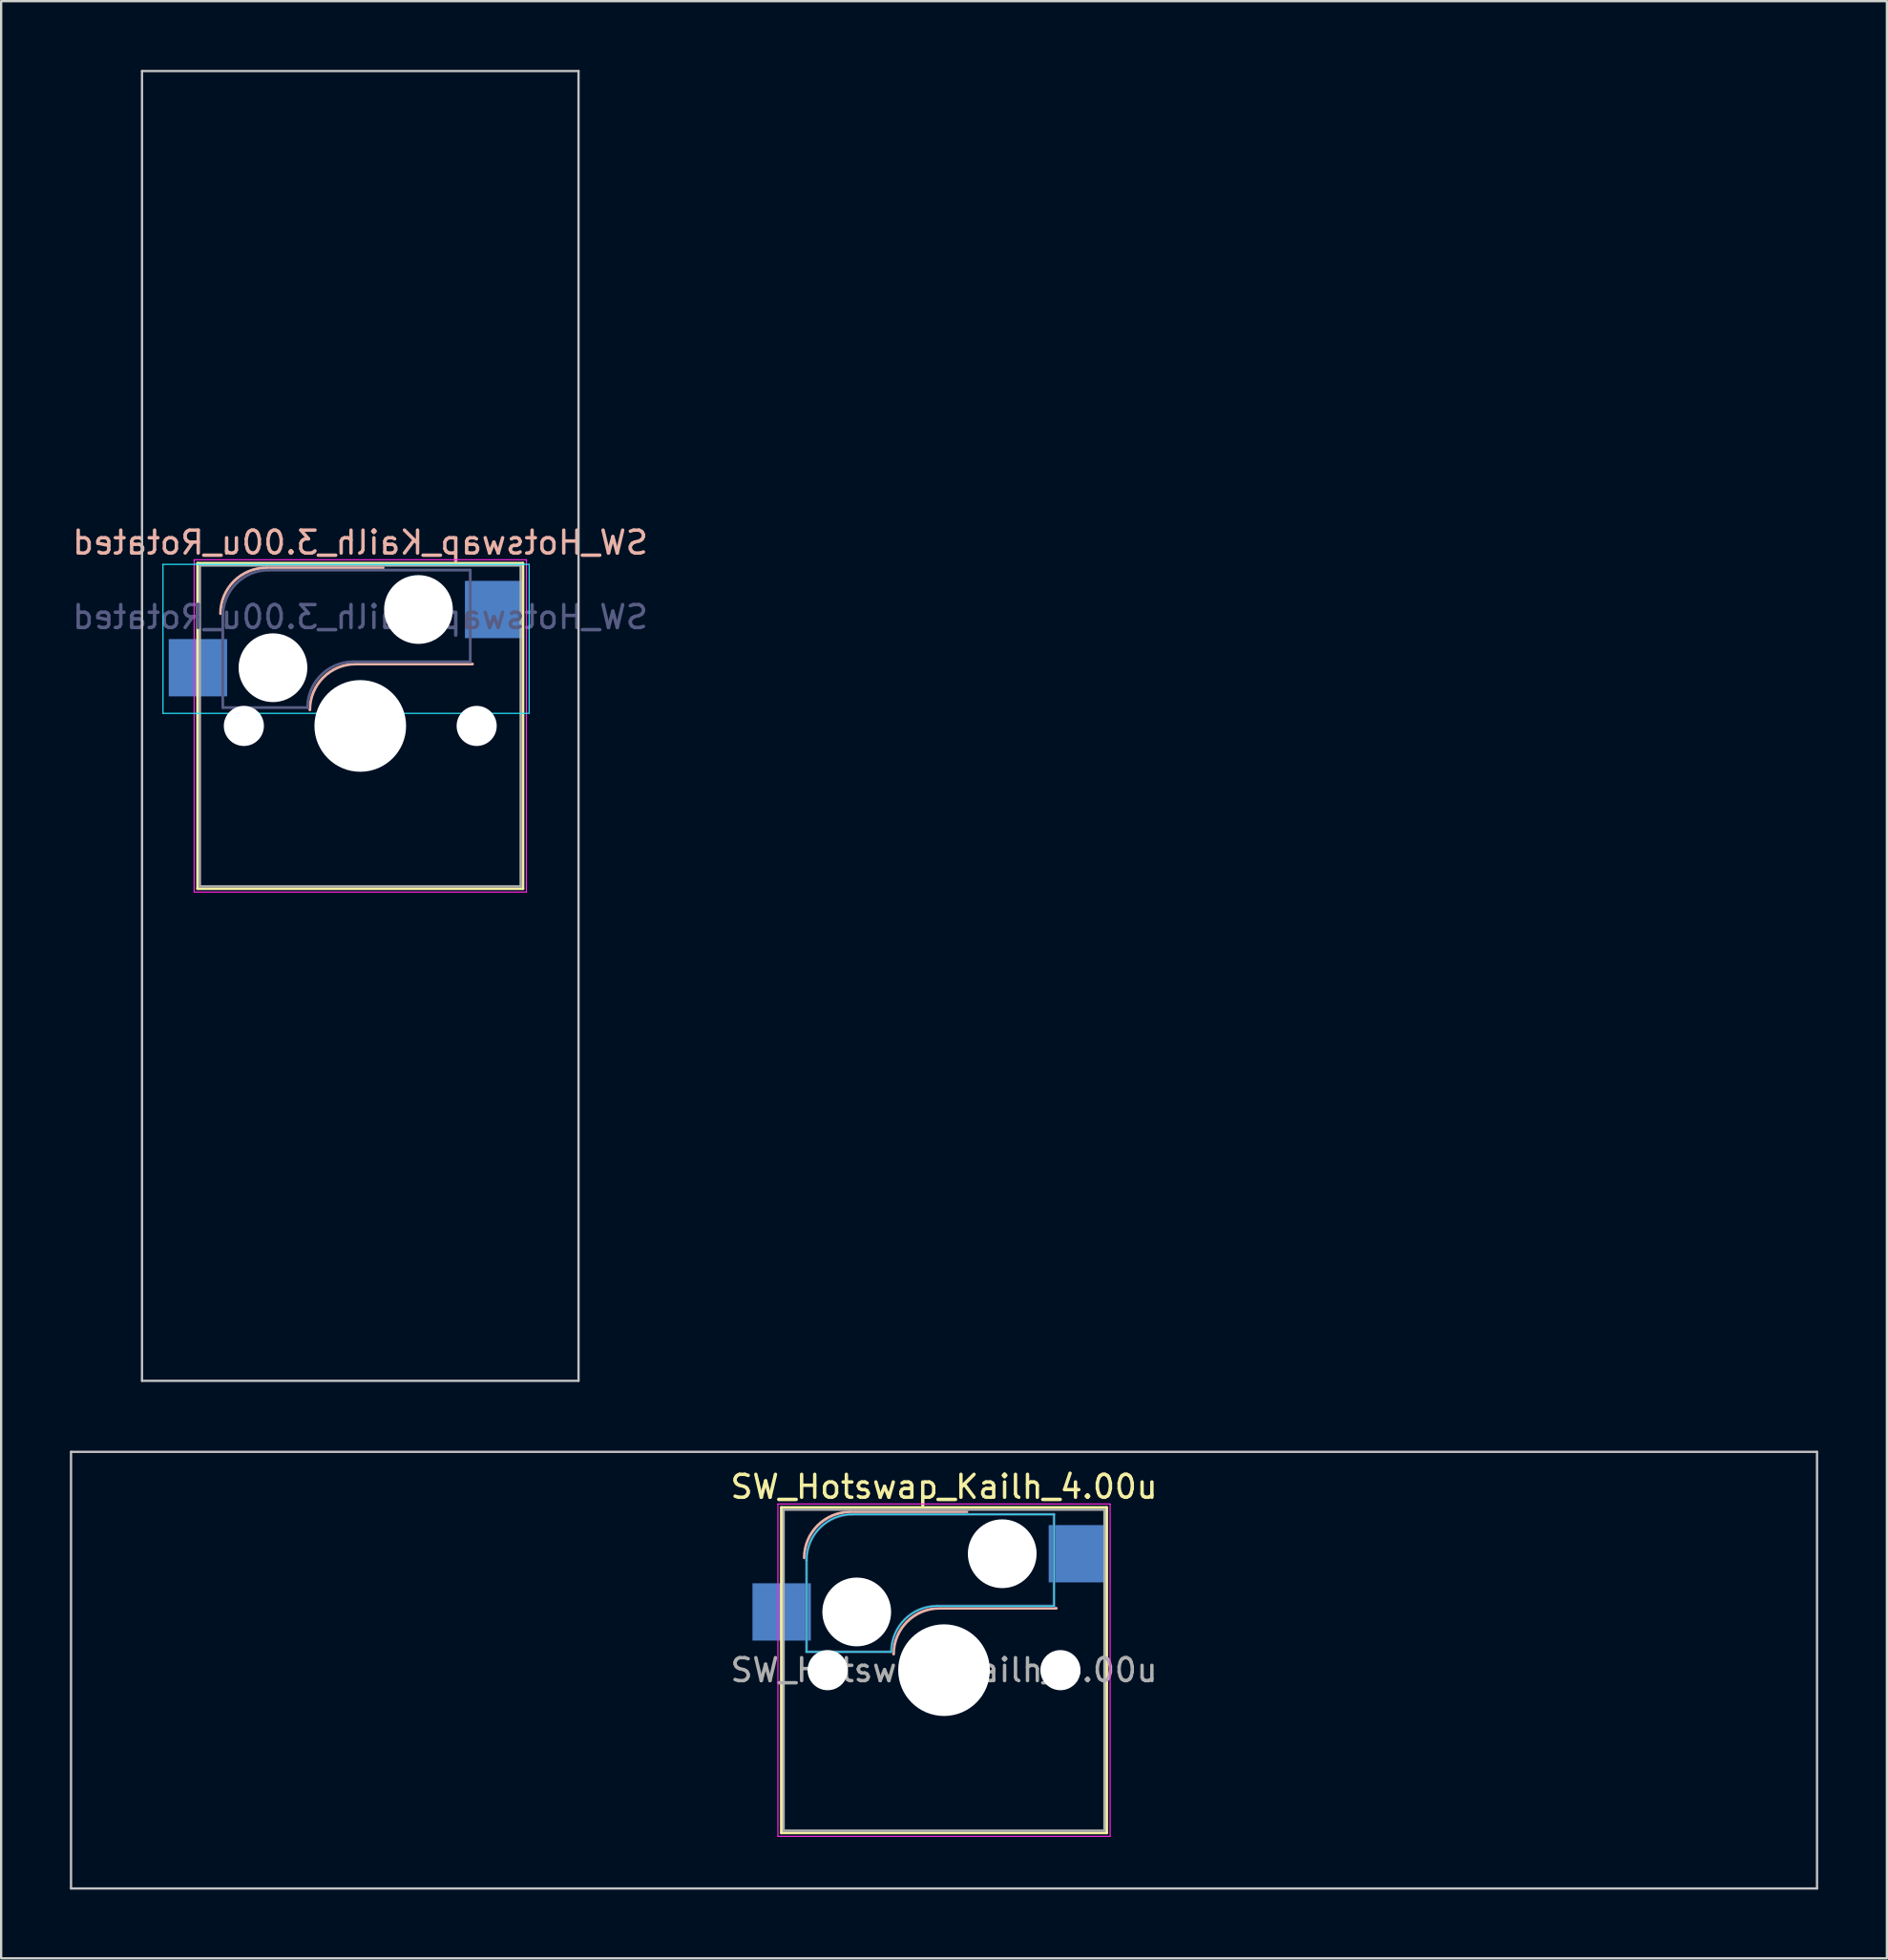
<source format=kicad_pcb>
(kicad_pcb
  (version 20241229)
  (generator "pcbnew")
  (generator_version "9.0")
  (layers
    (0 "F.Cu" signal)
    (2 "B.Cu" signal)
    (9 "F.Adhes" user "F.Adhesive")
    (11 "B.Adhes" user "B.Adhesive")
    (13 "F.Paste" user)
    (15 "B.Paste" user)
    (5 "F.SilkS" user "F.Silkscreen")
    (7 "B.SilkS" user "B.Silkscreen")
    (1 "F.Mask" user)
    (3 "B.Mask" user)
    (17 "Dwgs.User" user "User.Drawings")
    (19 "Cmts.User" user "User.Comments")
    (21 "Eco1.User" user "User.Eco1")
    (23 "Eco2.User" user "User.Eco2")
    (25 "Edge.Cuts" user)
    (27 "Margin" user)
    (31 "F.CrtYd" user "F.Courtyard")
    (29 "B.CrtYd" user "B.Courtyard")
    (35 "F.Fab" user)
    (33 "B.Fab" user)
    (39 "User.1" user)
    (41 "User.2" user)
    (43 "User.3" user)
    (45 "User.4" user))
  (footprint "SW_Hotswap_Kailh_4.00u"
    (layer "F.Cu")
    (at 38.15 69.825)
    (property "Reference" "SW_Hotswap_Kailh_4.00u" (at 0 -8 0) (layer "F.SilkS") (effects (font (size 1 1) (thickness 0.15))))
    (attr smd)
    (fp_line (start -7.1 -7.1) (end -7.1 7.1) (stroke (width 0.12) (type solid)) (layer "F.SilkS"))
    (fp_line (start -7.1 7.1) (end 7.1 7.1) (stroke (width 0.12) (type solid)) (layer "F.SilkS"))
    (fp_line (start 7.1 -7.1) (end -7.1 -7.1) (stroke (width 0.12) (type solid)) (layer "F.SilkS"))
    (fp_line (start 7.1 7.1) (end 7.1 -7.1) (stroke (width 0.12) (type solid)) (layer "F.SilkS"))
    (fp_line (start -4.1 -6.9) (end 1 -6.9) (stroke (width 0.12) (type solid)) (layer "B.SilkS"))
    (fp_line (start -0.2 -2.7) (end 4.9 -2.7) (stroke (width 0.12) (type solid)) (layer "B.SilkS"))
    (fp_arc (start -6.1 -4.9) (mid -5.514214 -6.314214) (end -4.1 -6.9) (stroke (width 0.12) (type solid)) (layer "B.SilkS"))
    (fp_arc (start -2.2 -0.7) (mid -1.614214 -2.114214) (end -0.2 -2.7) (stroke (width 0.12) (type solid)) (layer "B.SilkS"))
    (fp_line (start -38.1 -9.525) (end -38.1 9.525) (stroke (width 0.1) (type solid)) (layer "Dwgs.User"))
    (fp_line (start -38.1 9.525) (end 38.1 9.525) (stroke (width 0.1) (type solid)) (layer "Dwgs.User"))
    (fp_line (start 38.1 -9.525) (end -38.1 -9.525) (stroke (width 0.1) (type solid)) (layer "Dwgs.User"))
    (fp_line (start 38.1 9.525) (end 38.1 -9.525) (stroke (width 0.1) (type solid)) (layer "Dwgs.User"))
    (fp_line (start -7.8 -6) (end -7 -6) (stroke (width 0.1) (type solid)) (layer "Eco1.User"))
    (fp_line (start -7.8 -2.9) (end -7.8 -6) (stroke (width 0.1) (type solid)) (layer "Eco1.User"))
    (fp_line (start -7.8 2.9) (end -7 2.9) (stroke (width 0.1) (type solid)) (layer "Eco1.User"))
    (fp_line (start -7.8 6) (end -7.8 2.9) (stroke (width 0.1) (type solid)) (layer "Eco1.User"))
    (fp_line (start -7 -7) (end 7 -7) (stroke (width 0.1) (type solid)) (layer "Eco1.User"))
    (fp_line (start -7 -6) (end -7 -7) (stroke (width 0.1) (type solid)) (layer "Eco1.User"))
    (fp_line (start -7 -2.9) (end -7.8 -2.9) (stroke (width 0.1) (type solid)) (layer "Eco1.User"))
    (fp_line (start -7 2.9) (end -7 -2.9) (stroke (width 0.1) (type solid)) (layer "Eco1.User"))
    (fp_line (start -7 6) (end -7.8 6) (stroke (width 0.1) (type solid)) (layer "Eco1.User"))
    (fp_line (start -7 7) (end -7 6) (stroke (width 0.1) (type solid)) (layer "Eco1.User"))
    (fp_line (start 7 -7) (end 7 -6) (stroke (width 0.1) (type solid)) (layer "Eco1.User"))
    (fp_line (start 7 -6) (end 7.8 -6) (stroke (width 0.1) (type solid)) (layer "Eco1.User"))
    (fp_line (start 7 -2.9) (end 7 2.9) (stroke (width 0.1) (type solid)) (layer "Eco1.User"))
    (fp_line (start 7 2.9) (end 7.8 2.9) (stroke (width 0.1) (type solid)) (layer "Eco1.User"))
    (fp_line (start 7 6) (end 7 7) (stroke (width 0.1) (type solid)) (layer "Eco1.User"))
    (fp_line (start 7 7) (end -7 7) (stroke (width 0.1) (type solid)) (layer "Eco1.User"))
    (fp_line (start 7.8 -6) (end 7.8 -2.9) (stroke (width 0.1) (type solid)) (layer "Eco1.User"))
    (fp_line (start 7.8 -2.9) (end 7 -2.9) (stroke (width 0.1) (type solid)) (layer "Eco1.User"))
    (fp_line (start 7.8 2.9) (end 7.8 6) (stroke (width 0.1) (type solid)) (layer "Eco1.User"))
    (fp_line (start 7.8 6) (end 7 6) (stroke (width 0.1) (type solid)) (layer "Eco1.User"))
    (fp_line (start -6 -0.8) (end -6 -4.8) (stroke (width 0.05) (type solid)) (layer "B.CrtYd"))
    (fp_line (start -6 -0.8) (end -2.3 -0.8) (stroke (width 0.05) (type solid)) (layer "B.CrtYd"))
    (fp_line (start -4 -6.8) (end 4.8 -6.8) (stroke (width 0.05) (type solid)) (layer "B.CrtYd"))
    (fp_line (start -0.3 -2.8) (end 4.8 -2.8) (stroke (width 0.05) (type solid)) (layer "B.CrtYd"))
    (fp_line (start 4.8 -6.8) (end 4.8 -2.8) (stroke (width 0.05) (type solid)) (layer "B.CrtYd"))
    (fp_arc (start -6 -4.8) (mid -5.414214 -6.214214) (end -4 -6.8) (stroke (width 0.05) (type solid)) (layer "B.CrtYd"))
    (fp_arc (start -2.3 -0.8) (mid -1.714214 -2.214214) (end -0.3 -2.8) (stroke (width 0.05) (type solid)) (layer "B.CrtYd"))
    (fp_line (start -7.25 -7.25) (end -7.25 7.25) (stroke (width 0.05) (type solid)) (layer "F.CrtYd"))
    (fp_line (start -7.25 7.25) (end 7.25 7.25) (stroke (width 0.05) (type solid)) (layer "F.CrtYd"))
    (fp_line (start 7.25 -7.25) (end -7.25 -7.25) (stroke (width 0.05) (type solid)) (layer "F.CrtYd"))
    (fp_line (start 7.25 7.25) (end 7.25 -7.25) (stroke (width 0.05) (type solid)) (layer "F.CrtYd"))
    (fp_line (start -6 -0.8) (end -6 -4.8) (stroke (width 0.12) (type solid)) (layer "B.Fab"))
    (fp_line (start -6 -0.8) (end -2.3 -0.8) (stroke (width 0.12) (type solid)) (layer "B.Fab"))
    (fp_line (start -4 -6.8) (end 4.8 -6.8) (stroke (width 0.12) (type solid)) (layer "B.Fab"))
    (fp_line (start -0.3 -2.8) (end 4.8 -2.8) (stroke (width 0.12) (type solid)) (layer "B.Fab"))
    (fp_line (start 4.8 -6.8) (end 4.8 -2.8) (stroke (width 0.12) (type solid)) (layer "B.Fab"))
    (fp_arc (start -6 -4.8) (mid -5.414214 -6.214214) (end -4 -6.8) (stroke (width 0.12) (type solid)) (layer "B.Fab"))
    (fp_arc (start -2.3 -0.8) (mid -1.714214 -2.214214) (end -0.3 -2.8) (stroke (width 0.12) (type solid)) (layer "B.Fab"))
    (fp_line (start -7 -7) (end -7 7) (stroke (width 0.1) (type solid)) (layer "F.Fab"))
    (fp_line (start -7 7) (end 7 7) (stroke (width 0.1) (type solid)) (layer "F.Fab"))
    (fp_line (start 7 -7) (end -7 -7) (stroke (width 0.1) (type solid)) (layer "F.Fab"))
    (fp_line (start 7 7) (end 7 -7) (stroke (width 0.1) (type solid)) (layer "F.Fab"))
    (fp_text user "${REFERENCE}" (at 0 0 0) (layer "F.Fab") (effects (font (size 1 1) (thickness 0.15))))
    (pad "" np_thru_hole circle (at -5.08 0) (size 1.75 1.75) (drill 1.75) (layers "*.Cu" "*.Mask"))
    (pad "" np_thru_hole circle (at -3.81 -2.54) (size 3 3) (drill 3) (layers "*.Cu" "*.Mask"))
    (pad "" np_thru_hole circle (at 0 0) (size 4 4) (drill 4) (layers "*.Cu" "*.Mask"))
    (pad "" np_thru_hole circle (at 2.54 -5.08) (size 3 3) (drill 3) (layers "*.Cu" "*.Mask"))
    (pad "" np_thru_hole circle (at 5.08 0) (size 1.75 1.75) (drill 1.75) (layers "*.Cu" "*.Mask"))
    (pad "1" smd rect (at -7.085 -2.54) (size 2.55 2.5) (layers "B.Cu" "B.Mask" "B.Paste"))
    (pad "2" smd rect (at 5.842 -5.08) (size 2.55 2.5) (layers "B.Cu" "B.Mask" "B.Paste")))
  (footprint "SW_Hotswap_Kailh_3.00u_Rotated"
    (layer "F.Cu")
    (at 12.673 28.625)
    (property "Reference" "SW_Hotswap_Kailh_3.00u_Rotated" (at 0 -8 0) (layer "B.SilkS") (effects (font (size 1 1) (thickness 0.15)) (justify mirror)))
    (attr smd)
    (fp_line (start -7.1 -7.1) (end -7.1 7.1) (stroke (width 0.12) (type solid)) (layer "F.SilkS"))
    (fp_line (start -7.1 7.1) (end 7.1 7.1) (stroke (width 0.12) (type solid)) (layer "F.SilkS"))
    (fp_line (start 7.1 -7.1) (end -7.1 -7.1) (stroke (width 0.12) (type solid)) (layer "F.SilkS"))
    (fp_line (start 7.1 7.1) (end 7.1 -7.1) (stroke (width 0.12) (type solid)) (layer "F.SilkS"))
    (fp_line (start -4.1 -6.9) (end 1 -6.9) (stroke (width 0.12) (type solid)) (layer "B.SilkS"))
    (fp_line (start -0.2 -2.7) (end 4.9 -2.7) (stroke (width 0.12) (type solid)) (layer "B.SilkS"))
    (fp_arc (start -6.1 -4.9) (mid -5.514214 -6.314214) (end -4.1 -6.9) (stroke (width 0.12) (type solid)) (layer "B.SilkS"))
    (fp_arc (start -2.2 -0.7) (mid -1.614214 -2.114214) (end -0.2 -2.7) (stroke (width 0.12) (type solid)) (layer "B.SilkS"))
    (fp_line (start -9.525 -28.575) (end -9.525 28.575) (stroke (width 0.1) (type solid)) (layer "Dwgs.User"))
    (fp_line (start -9.525 28.575) (end 9.525 28.575) (stroke (width 0.1) (type solid)) (layer "Dwgs.User"))
    (fp_line (start 9.525 -28.575) (end -9.525 -28.575) (stroke (width 0.1) (type solid)) (layer "Dwgs.User"))
    (fp_line (start 9.525 28.575) (end 9.525 -28.575) (stroke (width 0.1) (type solid)) (layer "Dwgs.User"))
    (fp_line (start -8.61 -7.05) (end -8.61 -0.55) (stroke (width 0.05) (type solid)) (layer "B.CrtYd"))
    (fp_line (start -8.61 -0.55) (end 7.37 -0.55) (stroke (width 0.05) (type solid)) (layer "B.CrtYd"))
    (fp_line (start 7.37 -7.05) (end -8.61 -7.05) (stroke (width 0.05) (type solid)) (layer "B.CrtYd"))
    (fp_line (start 7.37 -0.55) (end 7.37 -7.05) (stroke (width 0.05) (type solid)) (layer "B.CrtYd"))
    (fp_line (start -7.25 -7.25) (end -7.25 7.25) (stroke (width 0.05) (type solid)) (layer "F.CrtYd"))
    (fp_line (start -7.25 7.25) (end 7.25 7.25) (stroke (width 0.05) (type solid)) (layer "F.CrtYd"))
    (fp_line (start 7.25 -7.25) (end -7.25 -7.25) (stroke (width 0.05) (type solid)) (layer "F.CrtYd"))
    (fp_line (start 7.25 7.25) (end 7.25 -7.25) (stroke (width 0.05) (type solid)) (layer "F.CrtYd"))
    (fp_line (start -6 -0.8) (end -6 -4.8) (stroke (width 0.12) (type solid)) (layer "B.Fab"))
    (fp_line (start -6 -0.8) (end -2.3 -0.8) (stroke (width 0.12) (type solid)) (layer "B.Fab"))
    (fp_line (start -4 -6.8) (end 4.8 -6.8) (stroke (width 0.12) (type solid)) (layer "B.Fab"))
    (fp_line (start -0.3 -2.8) (end 4.8 -2.8) (stroke (width 0.12) (type solid)) (layer "B.Fab"))
    (fp_line (start 4.8 -6.8) (end 4.8 -2.8) (stroke (width 0.12) (type solid)) (layer "B.Fab"))
    (fp_arc (start -6 -4.8) (mid -5.414214 -6.214214) (end -4 -6.8) (stroke (width 0.12) (type solid)) (layer "B.Fab"))
    (fp_arc (start -2.3 -0.8) (mid -1.714214 -2.214214) (end -0.3 -2.8) (stroke (width 0.12) (type solid)) (layer "B.Fab"))
    (fp_line (start -7 -7) (end -7 7) (stroke (width 0.1) (type solid)) (layer "F.Fab"))
    (fp_line (start -7 7) (end 7 7) (stroke (width 0.1) (type solid)) (layer "F.Fab"))
    (fp_line (start 7 -7) (end -7 -7) (stroke (width 0.1) (type solid)) (layer "F.Fab"))
    (fp_line (start 7 7) (end 7 -7) (stroke (width 0.1) (type solid)) (layer "F.Fab"))
    (fp_text user "${REFERENCE}" (at 0 -4.75 0) (layer "B.Fab") (effects (font (size 1 1) (thickness 0.15)) (justify mirror)))
    (pad "" np_thru_hole circle (at -5.08 0) (size 1.75 1.75) (drill 1.75) (layers "*.Cu" "*.Mask"))
    (pad "" np_thru_hole circle (at -3.81 -2.54) (size 3 3) (drill 3) (layers "*.Cu" "*.Mask"))
    (pad "" np_thru_hole circle (at 0 0) (size 4 4) (drill 4) (layers "*.Cu" "*.Mask"))
    (pad "" np_thru_hole circle (at 2.54 -5.08) (size 3 3) (drill 3) (layers "*.Cu" "*.Mask"))
    (pad "" np_thru_hole circle (at 5.08 0) (size 1.75 1.75) (drill 1.75) (layers "*.Cu" "*.Mask"))
    (pad "1" smd rect (at -7.085 -2.54) (size 2.55 2.5) (layers "B.Cu" "B.Mask" "B.Paste"))
    (pad "2" smd rect (at 5.842 -5.08) (size 2.55 2.5) (layers "B.Cu" "B.Mask" "B.Paste")))
  (gr_rect
    (start -3 -3)
    (end 79.3 82.4)
    (stroke (width 0.1) (type default))
    (fill no)
    (layer "Edge.Cuts")))
</source>
